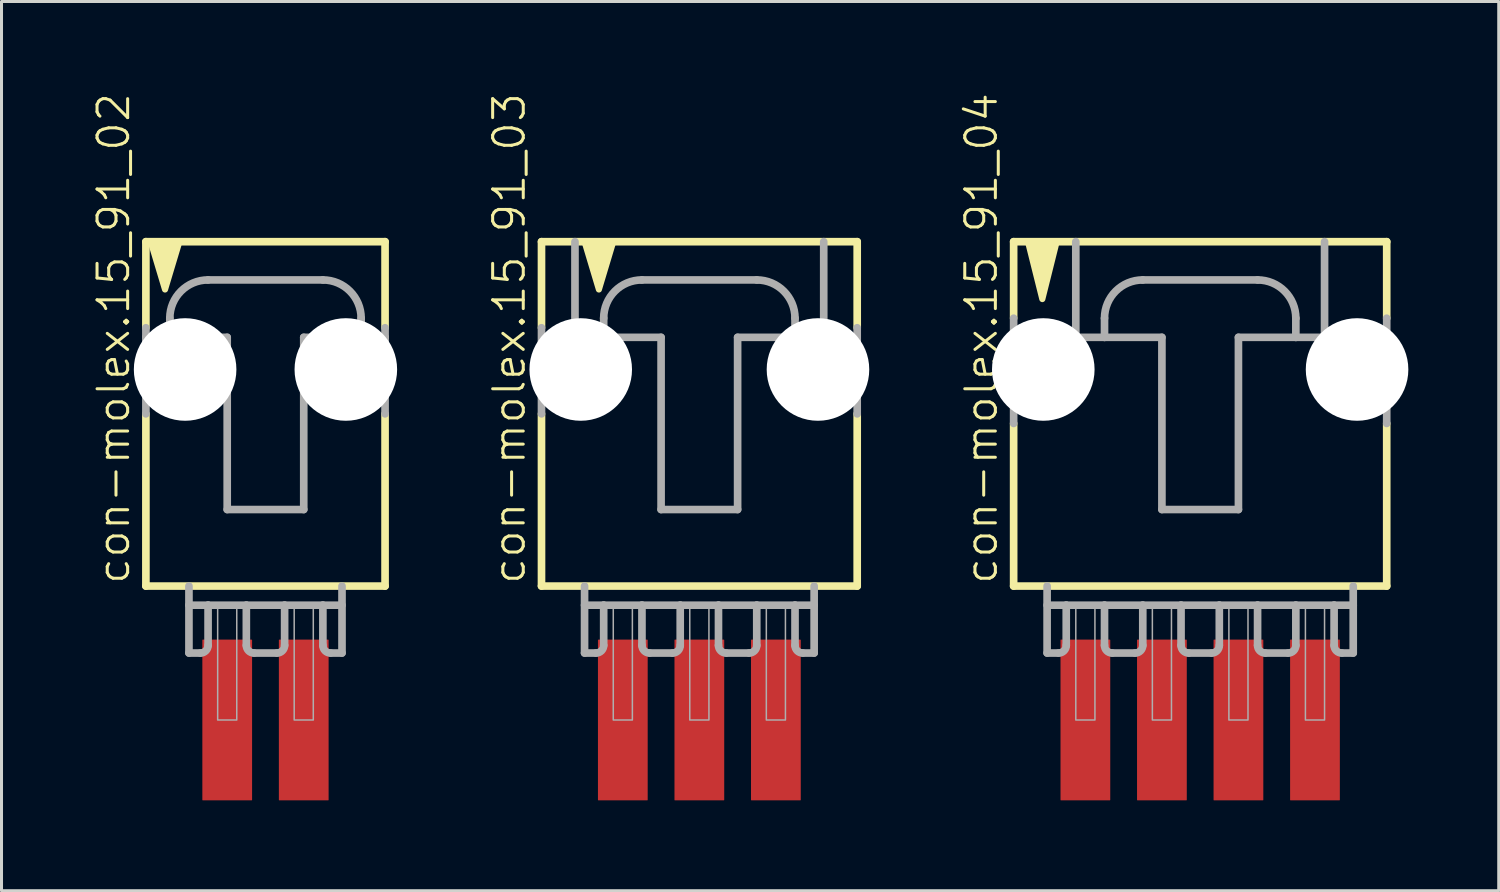
<source format=kicad_pcb>
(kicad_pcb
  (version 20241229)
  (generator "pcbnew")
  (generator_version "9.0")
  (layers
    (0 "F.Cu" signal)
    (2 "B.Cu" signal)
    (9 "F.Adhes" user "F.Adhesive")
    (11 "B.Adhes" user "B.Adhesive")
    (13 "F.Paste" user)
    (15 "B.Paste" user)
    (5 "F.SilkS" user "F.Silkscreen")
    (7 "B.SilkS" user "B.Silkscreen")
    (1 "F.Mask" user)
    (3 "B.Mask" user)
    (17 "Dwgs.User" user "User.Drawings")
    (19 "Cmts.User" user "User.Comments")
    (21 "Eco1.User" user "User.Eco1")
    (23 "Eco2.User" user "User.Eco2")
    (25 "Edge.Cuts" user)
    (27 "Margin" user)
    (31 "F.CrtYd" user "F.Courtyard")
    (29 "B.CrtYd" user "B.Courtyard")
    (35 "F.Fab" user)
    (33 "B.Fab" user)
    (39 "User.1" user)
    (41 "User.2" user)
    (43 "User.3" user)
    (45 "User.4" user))
  (footprint "con-molex.15_91_04"
    (layer "F.Cu")
    (at 36.783 10.051)
    (property "Reference" "con-molex.15_91_04" (at -6.668 6.35 90) (layer "F.SilkS") (effects (font (size 1.016 1.016) (thickness 0.1)) (justify left bottom)))
    (attr smd)
    (fp_line (start -6.191 -5.08) (end -6.191 -2.54) (stroke (width 0.254) (type default)) (layer "F.SilkS"))
    (fp_line (start -6.191 0.953) (end -6.191 6.35) (stroke (width 0.254) (type default)) (layer "F.SilkS"))
    (fp_line (start -6.191 6.35) (end 6.191 6.35) (stroke (width 0.254) (type default)) (layer "F.SilkS"))
    (fp_line (start 6.191 -5.08) (end -6.191 -5.08) (stroke (width 0.254) (type default)) (layer "F.SilkS"))
    (fp_line (start 6.191 -2.54) (end 6.191 -5.08) (stroke (width 0.254) (type default)) (layer "F.SilkS"))
    (fp_line (start 6.191 6.35) (end 6.191 0.953) (stroke (width 0.254) (type default)) (layer "F.SilkS"))
    (fp_poly (pts (xy -5.715 -5.08) (xy -5.239 -3.175) (xy -4.763 -5.08)) (stroke (width 0.203) (type default)) (fill yes) (layer "F.SilkS"))
    (fp_line (start -6.191 -2.54) (end -6.191 0.953) (stroke (width 0.254) (type default)) (layer "F.Fab"))
    (fp_line (start -5.08 6.35) (end -5.08 8.572) (stroke (width 0.254) (type default)) (layer "F.Fab"))
    (fp_line (start -5.08 6.985) (end -4.445 6.985) (stroke (width 0.254) (type default)) (layer "F.Fab"))
    (fp_line (start -4.699 8.572) (end -5.08 8.572) (stroke (width 0.254) (type default)) (layer "F.Fab"))
    (fp_line (start -4.445 6.985) (end -4.445 8.319) (stroke (width 0.254) (type default)) (layer "F.Fab"))
    (fp_line (start -4.445 6.985) (end -3.175 6.985) (stroke (width 0.254) (type default)) (layer "F.Fab"))
    (fp_line (start -4.128 -5.08) (end -4.128 -1.905) (stroke (width 0.254) (type default)) (layer "F.Fab"))
    (fp_line (start -4.128 -1.905) (end -3.175 -1.905) (stroke (width 0.254) (type default)) (layer "F.Fab"))
    (fp_line (start -3.175 -1.905) (end -3.175 -2.54) (stroke (width 0.254) (type default)) (layer "F.Fab"))
    (fp_line (start -3.175 -1.905) (end -1.27 -1.905) (stroke (width 0.254) (type default)) (layer "F.Fab"))
    (fp_line (start -3.175 6.985) (end -3.175 8.319) (stroke (width 0.254) (type default)) (layer "F.Fab"))
    (fp_line (start -3.175 6.985) (end -1.905 6.985) (stroke (width 0.254) (type default)) (layer "F.Fab"))
    (fp_line (start -2.159 8.572) (end -2.921 8.572) (stroke (width 0.254) (type default)) (layer "F.Fab"))
    (fp_line (start -1.905 -3.81) (end 1.905 -3.81) (stroke (width 0.254) (type default)) (layer "F.Fab"))
    (fp_line (start -1.905 6.985) (end -1.905 8.319) (stroke (width 0.254) (type default)) (layer "F.Fab"))
    (fp_line (start -1.905 6.985) (end -0.635 6.985) (stroke (width 0.254) (type default)) (layer "F.Fab"))
    (fp_line (start -1.27 -1.905) (end -1.27 3.81) (stroke (width 0.254) (type default)) (layer "F.Fab"))
    (fp_line (start -1.27 3.81) (end 1.27 3.81) (stroke (width 0.254) (type default)) (layer "F.Fab"))
    (fp_line (start -0.635 6.985) (end -0.635 8.319) (stroke (width 0.254) (type default)) (layer "F.Fab"))
    (fp_line (start -0.635 6.985) (end 0.635 6.985) (stroke (width 0.254) (type default)) (layer "F.Fab"))
    (fp_line (start 0.381 8.572) (end -0.381 8.572) (stroke (width 0.254) (type default)) (layer "F.Fab"))
    (fp_line (start 0.635 6.985) (end 0.635 8.319) (stroke (width 0.254) (type default)) (layer "F.Fab"))
    (fp_line (start 0.635 6.985) (end 1.905 6.985) (stroke (width 0.254) (type default)) (layer "F.Fab"))
    (fp_line (start 1.27 -1.905) (end 3.175 -1.905) (stroke (width 0.254) (type default)) (layer "F.Fab"))
    (fp_line (start 1.27 3.81) (end 1.27 -1.905) (stroke (width 0.254) (type default)) (layer "F.Fab"))
    (fp_line (start 1.905 6.985) (end 1.905 8.319) (stroke (width 0.254) (type default)) (layer "F.Fab"))
    (fp_line (start 1.905 6.985) (end 3.175 6.985) (stroke (width 0.254) (type default)) (layer "F.Fab"))
    (fp_line (start 2.921 8.572) (end 2.159 8.572) (stroke (width 0.254) (type default)) (layer "F.Fab"))
    (fp_line (start 3.175 -2.54) (end 3.175 -1.905) (stroke (width 0.254) (type default)) (layer "F.Fab"))
    (fp_line (start 3.175 -1.905) (end 4.128 -1.905) (stroke (width 0.254) (type default)) (layer "F.Fab"))
    (fp_line (start 3.175 6.985) (end 3.175 8.319) (stroke (width 0.254) (type default)) (layer "F.Fab"))
    (fp_line (start 3.175 6.985) (end 4.445 6.985) (stroke (width 0.254) (type default)) (layer "F.Fab"))
    (fp_line (start 4.128 -1.905) (end 4.128 -5.08) (stroke (width 0.254) (type default)) (layer "F.Fab"))
    (fp_line (start 4.445 6.985) (end 4.445 8.319) (stroke (width 0.254) (type default)) (layer "F.Fab"))
    (fp_line (start 4.445 6.985) (end 5.08 6.985) (stroke (width 0.254) (type default)) (layer "F.Fab"))
    (fp_line (start 4.699 8.572) (end 5.08 8.572) (stroke (width 0.254) (type default)) (layer "F.Fab"))
    (fp_line (start 5.08 8.572) (end 5.08 6.35) (stroke (width 0.254) (type default)) (layer "F.Fab"))
    (fp_line (start 6.191 -2.54) (end 6.191 0.953) (stroke (width 0.254) (type default)) (layer "F.Fab"))
    (fp_rect (start -4.128 10.795) (end -3.493 6.985) (stroke (width 0.05) (type default)) (fill no) (layer "F.Fab"))
    (fp_rect (start -1.587 10.795) (end -0.953 6.985) (stroke (width 0.05) (type default)) (fill no) (layer "F.Fab"))
    (fp_rect (start 0.953 10.795) (end 1.587 6.985) (stroke (width 0.05) (type default)) (fill no) (layer "F.Fab"))
    (fp_rect (start 3.493 10.795) (end 4.128 6.985) (stroke (width 0.05) (type default)) (fill no) (layer "F.Fab"))
    (fp_arc (start -4.445 8.3185) (mid -4.519395 8.498105) (end -4.699 8.5725) (stroke (width 0.254) (type default)) (layer "F.Fab"))
    (fp_arc (start -3.175 -2.54) (mid -2.803026 -3.438026) (end -1.905 -3.81) (stroke (width 0.254) (type default)) (layer "F.Fab"))
    (fp_arc (start -2.921 8.5725) (mid -3.100605 8.498105) (end -3.175 8.3185) (stroke (width 0.254) (type default)) (layer "F.Fab"))
    (fp_arc (start -1.905 8.3185) (mid -1.979395 8.498105) (end -2.159 8.5725) (stroke (width 0.254) (type default)) (layer "F.Fab"))
    (fp_arc (start -0.381 8.5725) (mid -0.560605 8.498105) (end -0.635 8.3185) (stroke (width 0.254) (type default)) (layer "F.Fab"))
    (fp_arc (start 0.635 8.3185) (mid 0.560605 8.498105) (end 0.381 8.5725) (stroke (width 0.254) (type default)) (layer "F.Fab"))
    (fp_arc (start 1.905 -3.81) (mid 2.803026 -3.438026) (end 3.175 -2.54) (stroke (width 0.254) (type default)) (layer "F.Fab"))
    (fp_arc (start 2.159 8.5725) (mid 1.979395 8.498105) (end 1.905 8.3185) (stroke (width 0.254) (type default)) (layer "F.Fab"))
    (fp_arc (start 3.175 8.3185) (mid 3.100605 8.498105) (end 2.921 8.5725) (stroke (width 0.254) (type default)) (layer "F.Fab"))
    (fp_arc (start 4.699 8.5725) (mid 4.519395 8.498105) (end 4.445 8.3185) (stroke (width 0.254) (type default)) (layer "F.Fab"))
    (pad "" np_thru_hole circle (at -5.207 -0.838) (size 3.404 3.404) (drill 3.404) (layers "*.Cu" "*.Mask"))
    (pad "" np_thru_hole circle (at 5.207 -0.838) (size 3.404 3.404) (drill 3.404) (layers "*.Cu" "*.Mask"))
    (pad "1" smd roundrect (at -3.81 10.795 90) (size 5.334 1.651) (layers "F.Cu" "F.Mask" "F.Paste") (roundrect_rratio 0.01))
    (pad "2" smd roundrect (at -1.27 10.795 90) (size 5.334 1.651) (layers "F.Cu" "F.Mask" "F.Paste") (roundrect_rratio 0.01))
    (pad "3" smd roundrect (at 1.27 10.795 90) (size 5.334 1.651) (layers "F.Cu" "F.Mask" "F.Paste") (roundrect_rratio 0.01))
    (pad "4" smd roundrect (at 3.81 10.795 90) (size 5.334 1.651) (layers "F.Cu" "F.Mask" "F.Paste") (roundrect_rratio 0.01)))
  (footprint "con-molex.15_91_03"
    (layer "F.Cu")
    (at 20.161 10.051)
    (property "Reference" "con-molex.15_91_03" (at -5.715 6.35 90) (layer "F.SilkS") (effects (font (size 1.016 1.016) (thickness 0.1)) (justify left bottom)))
    (attr smd)
    (fp_line (start -5.239 0.635) (end -5.239 6.35) (stroke (width 0.254) (type default)) (layer "F.SilkS"))
    (fp_line (start -5.239 6.35) (end 5.239 6.35) (stroke (width 0.254) (type default)) (layer "F.SilkS"))
    (fp_line (start -5.239 -5.08) (end -5.239 -2.223) (stroke (width 0.254) (type default)) (layer "F.SilkS"))
    (fp_line (start 5.239 -5.08) (end -5.239 -5.08) (stroke (width 0.254) (type default)) (layer "F.SilkS"))
    (fp_line (start 5.239 -2.223) (end 5.239 -5.08) (stroke (width 0.254) (type default)) (layer "F.SilkS"))
    (fp_line (start 5.239 6.35) (end 5.239 0.635) (stroke (width 0.254) (type default)) (layer "F.SilkS"))
    (fp_poly (pts (xy -3.81 -5.08) (xy -3.334 -3.493) (xy -2.857 -5.08)) (stroke (width 0.203) (type default)) (fill yes) (layer "F.SilkS"))
    (fp_line (start -5.239 -2.223) (end -5.239 0.635) (stroke (width 0.254) (type default)) (layer "F.Fab"))
    (fp_line (start -4.128 -5.08) (end -4.128 -1.905) (stroke (width 0.254) (type default)) (layer "F.Fab"))
    (fp_line (start -4.128 -1.905) (end -3.175 -1.905) (stroke (width 0.254) (type default)) (layer "F.Fab"))
    (fp_line (start -3.81 6.35) (end -3.81 8.572) (stroke (width 0.254) (type default)) (layer "F.Fab"))
    (fp_line (start -3.81 6.985) (end -3.175 6.985) (stroke (width 0.254) (type default)) (layer "F.Fab"))
    (fp_line (start -3.429 8.572) (end -3.81 8.572) (stroke (width 0.254) (type default)) (layer "F.Fab"))
    (fp_line (start -3.175 -1.905) (end -3.175 -2.54) (stroke (width 0.254) (type default)) (layer "F.Fab"))
    (fp_line (start -3.175 -1.905) (end -1.27 -1.905) (stroke (width 0.254) (type default)) (layer "F.Fab"))
    (fp_line (start -3.175 6.985) (end -3.175 8.319) (stroke (width 0.254) (type default)) (layer "F.Fab"))
    (fp_line (start -3.175 6.985) (end -1.905 6.985) (stroke (width 0.254) (type default)) (layer "F.Fab"))
    (fp_line (start -1.905 -3.81) (end 1.905 -3.81) (stroke (width 0.254) (type default)) (layer "F.Fab"))
    (fp_line (start -1.905 6.985) (end -1.905 8.319) (stroke (width 0.254) (type default)) (layer "F.Fab"))
    (fp_line (start -1.905 6.985) (end -0.635 6.985) (stroke (width 0.254) (type default)) (layer "F.Fab"))
    (fp_line (start -1.27 -1.905) (end -1.27 3.81) (stroke (width 0.254) (type default)) (layer "F.Fab"))
    (fp_line (start -1.27 3.81) (end 1.27 3.81) (stroke (width 0.254) (type default)) (layer "F.Fab"))
    (fp_line (start -0.889 8.572) (end -1.651 8.572) (stroke (width 0.254) (type default)) (layer "F.Fab"))
    (fp_line (start -0.635 6.985) (end -0.635 8.319) (stroke (width 0.254) (type default)) (layer "F.Fab"))
    (fp_line (start -0.635 6.985) (end 0.635 6.985) (stroke (width 0.254) (type default)) (layer "F.Fab"))
    (fp_line (start 0.635 6.985) (end 0.635 8.319) (stroke (width 0.254) (type default)) (layer "F.Fab"))
    (fp_line (start 0.635 6.985) (end 1.905 6.985) (stroke (width 0.254) (type default)) (layer "F.Fab"))
    (fp_line (start 1.27 -1.905) (end 3.175 -1.905) (stroke (width 0.254) (type default)) (layer "F.Fab"))
    (fp_line (start 1.27 3.81) (end 1.27 -1.905) (stroke (width 0.254) (type default)) (layer "F.Fab"))
    (fp_line (start 1.651 8.572) (end 0.889 8.572) (stroke (width 0.254) (type default)) (layer "F.Fab"))
    (fp_line (start 1.905 6.985) (end 1.905 8.319) (stroke (width 0.254) (type default)) (layer "F.Fab"))
    (fp_line (start 1.905 6.985) (end 3.175 6.985) (stroke (width 0.254) (type default)) (layer "F.Fab"))
    (fp_line (start 3.175 -2.54) (end 3.175 -1.905) (stroke (width 0.254) (type default)) (layer "F.Fab"))
    (fp_line (start 3.175 -1.905) (end 4.128 -1.905) (stroke (width 0.254) (type default)) (layer "F.Fab"))
    (fp_line (start 3.175 6.985) (end 3.175 8.319) (stroke (width 0.254) (type default)) (layer "F.Fab"))
    (fp_line (start 3.175 6.985) (end 3.81 6.985) (stroke (width 0.254) (type default)) (layer "F.Fab"))
    (fp_line (start 3.429 8.572) (end 3.81 8.572) (stroke (width 0.254) (type default)) (layer "F.Fab"))
    (fp_line (start 3.81 8.572) (end 3.81 6.35) (stroke (width 0.254) (type default)) (layer "F.Fab"))
    (fp_line (start 4.128 -1.905) (end 4.128 -5.08) (stroke (width 0.254) (type default)) (layer "F.Fab"))
    (fp_line (start 5.239 -2.223) (end 5.239 0.635) (stroke (width 0.254) (type default)) (layer "F.Fab"))
    (fp_rect (start -2.857 10.795) (end -2.223 6.985) (stroke (width 0.05) (type default)) (fill no) (layer "F.Fab"))
    (fp_rect (start -0.318 10.795) (end 0.318 6.985) (stroke (width 0.05) (type default)) (fill no) (layer "F.Fab"))
    (fp_rect (start 2.223 10.795) (end 2.857 6.985) (stroke (width 0.05) (type default)) (fill no) (layer "F.Fab"))
    (fp_arc (start -3.175 -2.54) (mid -2.803026 -3.438026) (end -1.905 -3.81) (stroke (width 0.254) (type default)) (layer "F.Fab"))
    (fp_arc (start -3.175 8.3185) (mid -3.249395 8.498105) (end -3.429 8.5725) (stroke (width 0.254) (type default)) (layer "F.Fab"))
    (fp_arc (start -1.651 8.5725) (mid -1.830605 8.498105) (end -1.905 8.3185) (stroke (width 0.254) (type default)) (layer "F.Fab"))
    (fp_arc (start -0.635 8.3185) (mid -0.709395 8.498105) (end -0.889 8.5725) (stroke (width 0.254) (type default)) (layer "F.Fab"))
    (fp_arc (start 0.889 8.5725) (mid 0.709395 8.498105) (end 0.635 8.3185) (stroke (width 0.254) (type default)) (layer "F.Fab"))
    (fp_arc (start 1.905 -3.81) (mid 2.803026 -3.438026) (end 3.175 -2.54) (stroke (width 0.254) (type default)) (layer "F.Fab"))
    (fp_arc (start 1.905 8.3185) (mid 1.830605 8.498105) (end 1.651 8.5725) (stroke (width 0.254) (type default)) (layer "F.Fab"))
    (fp_arc (start 3.429 8.5725) (mid 3.249395 8.498105) (end 3.175 8.3185) (stroke (width 0.254) (type default)) (layer "F.Fab"))
    (pad "" np_thru_hole circle (at -3.937 -0.838) (size 3.404 3.404) (drill 3.404) (layers "*.Cu" "*.Mask"))
    (pad "" np_thru_hole circle (at 3.937 -0.838) (size 3.404 3.404) (drill 3.404) (layers "*.Cu" "*.Mask"))
    (pad "1" smd roundrect (at -2.54 10.795 90) (size 5.334 1.651) (layers "F.Cu" "F.Mask" "F.Paste") (roundrect_rratio 0.01))
    (pad "2" smd roundrect (at 0 10.795 90) (size 5.334 1.651) (layers "F.Cu" "F.Mask" "F.Paste") (roundrect_rratio 0.01))
    (pad "3" smd roundrect (at 2.54 10.795 90) (size 5.334 1.651) (layers "F.Cu" "F.Mask" "F.Paste") (roundrect_rratio 0.01)))
  (footprint "con-molex.15_91_02"
    (layer "F.Cu")
    (at 5.761 10.051)
    (property "Reference" "con-molex.15_91_02" (at -4.445 6.35 90) (layer "F.SilkS") (effects (font (size 1.016 1.016) (thickness 0.1)) (justify left bottom)))
    (attr smd)
    (fp_line (start -3.969 -5.08) (end -3.969 -2.223) (stroke (width 0.254) (type default)) (layer "F.SilkS"))
    (fp_line (start -3.969 0.635) (end -3.969 6.35) (stroke (width 0.254) (type default)) (layer "F.SilkS"))
    (fp_line (start -3.969 6.35) (end 3.969 6.35) (stroke (width 0.254) (type default)) (layer "F.SilkS"))
    (fp_line (start 3.969 -5.08) (end -3.969 -5.08) (stroke (width 0.254) (type default)) (layer "F.SilkS"))
    (fp_line (start 3.969 -2.223) (end 3.969 -5.08) (stroke (width 0.254) (type default)) (layer "F.SilkS"))
    (fp_line (start 3.969 6.35) (end 3.969 0.635) (stroke (width 0.254) (type default)) (layer "F.SilkS"))
    (fp_poly (pts (xy -3.81 -5.08) (xy -3.334 -3.493) (xy -2.857 -5.08)) (stroke (width 0.203) (type default)) (fill yes) (layer "F.SilkS"))
    (fp_line (start -3.969 -2.223) (end -3.969 -1.905) (stroke (width 0.254) (type default)) (layer "F.Fab"))
    (fp_line (start -3.969 -1.905) (end -3.175 -1.905) (stroke (width 0.254) (type default)) (layer "F.Fab"))
    (fp_line (start -3.969 0.635) (end -3.969 -1.905) (stroke (width 0.254) (type default)) (layer "F.Fab"))
    (fp_line (start -3.175 -1.905) (end -3.175 -2.54) (stroke (width 0.254) (type default)) (layer "F.Fab"))
    (fp_line (start -3.175 -1.905) (end -1.27 -1.905) (stroke (width 0.254) (type default)) (layer "F.Fab"))
    (fp_line (start -2.54 6.35) (end -2.54 8.572) (stroke (width 0.254) (type default)) (layer "F.Fab"))
    (fp_line (start -2.54 6.985) (end -1.905 6.985) (stroke (width 0.254) (type default)) (layer "F.Fab"))
    (fp_line (start -2.159 8.572) (end -2.54 8.572) (stroke (width 0.254) (type default)) (layer "F.Fab"))
    (fp_line (start -1.905 -3.81) (end 1.905 -3.81) (stroke (width 0.254) (type default)) (layer "F.Fab"))
    (fp_line (start -1.905 6.985) (end -1.905 8.319) (stroke (width 0.254) (type default)) (layer "F.Fab"))
    (fp_line (start -1.905 6.985) (end -0.635 6.985) (stroke (width 0.254) (type default)) (layer "F.Fab"))
    (fp_line (start -1.27 -1.905) (end -1.27 3.81) (stroke (width 0.254) (type default)) (layer "F.Fab"))
    (fp_line (start -1.27 3.81) (end 1.27 3.81) (stroke (width 0.254) (type default)) (layer "F.Fab"))
    (fp_line (start -0.635 6.985) (end 0.635 6.985) (stroke (width 0.254) (type default)) (layer "F.Fab"))
    (fp_line (start -0.635 8.319) (end -0.635 6.985) (stroke (width 0.254) (type default)) (layer "F.Fab"))
    (fp_line (start 0.381 8.572) (end -0.381 8.572) (stroke (width 0.254) (type default)) (layer "F.Fab"))
    (fp_line (start 0.635 6.985) (end 0.635 8.319) (stroke (width 0.254) (type default)) (layer "F.Fab"))
    (fp_line (start 0.635 6.985) (end 1.905 6.985) (stroke (width 0.254) (type default)) (layer "F.Fab"))
    (fp_line (start 1.27 -1.905) (end 3.175 -1.905) (stroke (width 0.254) (type default)) (layer "F.Fab"))
    (fp_line (start 1.27 3.81) (end 1.27 -1.905) (stroke (width 0.254) (type default)) (layer "F.Fab"))
    (fp_line (start 1.905 6.985) (end 1.905 8.319) (stroke (width 0.254) (type default)) (layer "F.Fab"))
    (fp_line (start 1.905 6.985) (end 2.54 6.985) (stroke (width 0.254) (type default)) (layer "F.Fab"))
    (fp_line (start 2.159 8.572) (end 2.54 8.572) (stroke (width 0.254) (type default)) (layer "F.Fab"))
    (fp_line (start 2.54 8.572) (end 2.54 6.35) (stroke (width 0.254) (type default)) (layer "F.Fab"))
    (fp_line (start 3.175 -2.54) (end 3.175 -1.905) (stroke (width 0.254) (type default)) (layer "F.Fab"))
    (fp_line (start 3.175 -1.905) (end 3.969 -1.905) (stroke (width 0.254) (type default)) (layer "F.Fab"))
    (fp_line (start 3.969 -1.905) (end 3.969 -2.223) (stroke (width 0.254) (type default)) (layer "F.Fab"))
    (fp_line (start 3.969 0.635) (end 3.969 -1.905) (stroke (width 0.254) (type default)) (layer "F.Fab"))
    (fp_rect (start -1.587 10.795) (end -0.953 6.985) (stroke (width 0.05) (type default)) (fill no) (layer "F.Fab"))
    (fp_rect (start 0.953 10.795) (end 1.587 6.985) (stroke (width 0.05) (type default)) (fill no) (layer "F.Fab"))
    (fp_arc (start -3.175 -2.54) (mid -2.803026 -3.438026) (end -1.905 -3.81) (stroke (width 0.254) (type default)) (layer "F.Fab"))
    (fp_arc (start -1.905 8.3185) (mid -1.979395 8.498105) (end -2.159 8.5725) (stroke (width 0.254) (type default)) (layer "F.Fab"))
    (fp_arc (start -0.381 8.5725) (mid -0.560605 8.498105) (end -0.635 8.3185) (stroke (width 0.254) (type default)) (layer "F.Fab"))
    (fp_arc (start 0.635 8.3185) (mid 0.560605 8.498105) (end 0.381 8.5725) (stroke (width 0.254) (type default)) (layer "F.Fab"))
    (fp_arc (start 1.905 -3.81) (mid 2.803026 -3.438026) (end 3.175 -2.54) (stroke (width 0.254) (type default)) (layer "F.Fab"))
    (fp_arc (start 2.159 8.5725) (mid 1.979395 8.498105) (end 1.905 8.3185) (stroke (width 0.254) (type default)) (layer "F.Fab"))
    (pad "" np_thru_hole circle (at -2.667 -0.838) (size 3.404 3.404) (drill 3.404) (layers "*.Cu" "*.Mask"))
    (pad "" np_thru_hole circle (at 2.667 -0.838) (size 3.404 3.404) (drill 3.404) (layers "*.Cu" "*.Mask"))
    (pad "1" smd roundrect (at -1.27 10.795 90) (size 5.334 1.651) (layers "F.Cu" "F.Mask" "F.Paste") (roundrect_rratio 0.01))
    (pad "2" smd roundrect (at 1.27 10.795 90) (size 5.334 1.651) (layers "F.Cu" "F.Mask" "F.Paste") (roundrect_rratio 0.01)))
  (gr_rect
    (start -3 -3)
    (end 46.692 26.513)
    (stroke (width 0.1) (type default))
    (fill no)
    (layer "Edge.Cuts")))
</source>
